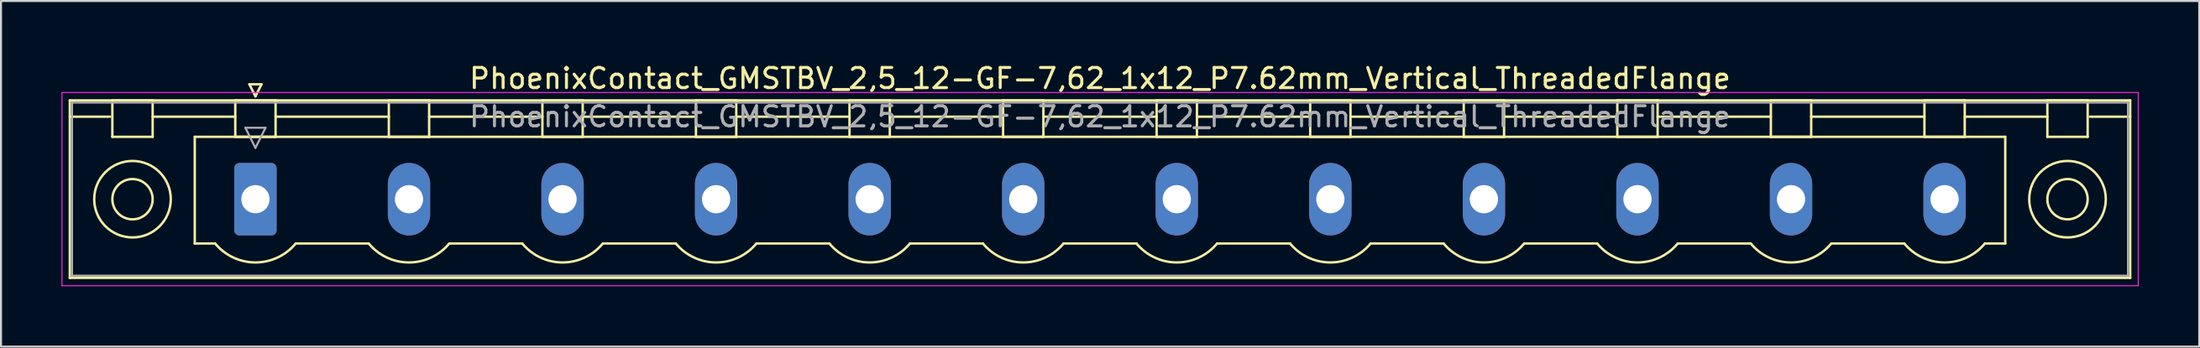
<source format=kicad_pcb>
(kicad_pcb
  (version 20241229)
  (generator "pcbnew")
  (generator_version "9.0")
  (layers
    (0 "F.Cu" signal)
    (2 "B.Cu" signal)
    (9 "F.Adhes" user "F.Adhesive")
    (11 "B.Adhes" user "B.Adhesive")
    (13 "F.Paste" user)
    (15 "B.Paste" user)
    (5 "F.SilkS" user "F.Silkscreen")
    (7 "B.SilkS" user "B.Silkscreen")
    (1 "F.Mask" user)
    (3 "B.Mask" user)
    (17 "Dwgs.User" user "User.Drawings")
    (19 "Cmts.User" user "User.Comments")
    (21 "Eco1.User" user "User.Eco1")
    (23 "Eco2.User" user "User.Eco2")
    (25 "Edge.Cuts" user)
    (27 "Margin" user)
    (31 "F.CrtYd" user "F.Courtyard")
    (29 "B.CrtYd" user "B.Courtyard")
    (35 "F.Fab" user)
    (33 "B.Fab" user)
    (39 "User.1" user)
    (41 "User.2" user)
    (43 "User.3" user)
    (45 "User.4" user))
  (footprint "PhoenixContact_GMSTBV_2,5_12-GF-7,62_1x12_P7.62mm_Vertical_ThreadedFlange"
    (layer "F.Cu")
    (at 9.625 6.848)
    (property "Reference" "PhoenixContact_GMSTBV_2,5_12-GF-7,62_1x12_P7.62mm_Vertical_ThreadedFlange" (at 41.91 -6 0) (layer "F.SilkS") (effects (font (size 1 1) (thickness 0.15))))
    (attr through_hole)
    (fp_line (start -9.21 -4.91) (end -9.21 3.91) (stroke (width 0.12) (type solid)) (layer "F.SilkS"))
    (fp_line (start -9.21 -4.1) (end -7.21 -4.1) (stroke (width 0.12) (type solid)) (layer "F.SilkS"))
    (fp_line (start -9.21 3.91) (end 93.03 3.91) (stroke (width 0.12) (type solid)) (layer "F.SilkS"))
    (fp_line (start -7.1 -4.91) (end -5.1 -4.91) (stroke (width 0.12) (type solid)) (layer "F.SilkS"))
    (fp_line (start -7.1 -3.1) (end -7.1 -4.91) (stroke (width 0.12) (type solid)) (layer "F.SilkS"))
    (fp_line (start -5.1 -4.91) (end -5.1 -3.1) (stroke (width 0.12) (type solid)) (layer "F.SilkS"))
    (fp_line (start -5.1 -4.1) (end -1 -4.1) (stroke (width 0.12) (type solid)) (layer "F.SilkS"))
    (fp_line (start -5.1 -3.1) (end -7.1 -3.1) (stroke (width 0.12) (type solid)) (layer "F.SilkS"))
    (fp_line (start -3.01 -3.1) (end 86.83 -3.1) (stroke (width 0.12) (type solid)) (layer "F.SilkS"))
    (fp_line (start -3.01 2.2) (end -3.01 -3.1) (stroke (width 0.12) (type solid)) (layer "F.SilkS"))
    (fp_line (start -2 2.2) (end -3.01 2.2) (stroke (width 0.12) (type solid)) (layer "F.SilkS"))
    (fp_line (start -1 -4.91) (end 1 -4.91) (stroke (width 0.12) (type solid)) (layer "F.SilkS"))
    (fp_line (start -1 -3.1) (end -1 -4.91) (stroke (width 0.12) (type solid)) (layer "F.SilkS"))
    (fp_line (start -0.3 -5.71) (end 0.3 -5.71) (stroke (width 0.12) (type solid)) (layer "F.SilkS"))
    (fp_line (start 0 -5.11) (end -0.3 -5.71) (stroke (width 0.12) (type solid)) (layer "F.SilkS"))
    (fp_line (start 0.3 -5.71) (end 0 -5.11) (stroke (width 0.12) (type solid)) (layer "F.SilkS"))
    (fp_line (start 1 -4.91) (end 1 -3.1) (stroke (width 0.12) (type solid)) (layer "F.SilkS"))
    (fp_line (start 1 -4.1) (end 6.62 -4.1) (stroke (width 0.12) (type solid)) (layer "F.SilkS"))
    (fp_line (start 1 -3.1) (end -1 -3.1) (stroke (width 0.12) (type solid)) (layer "F.SilkS"))
    (fp_line (start 2 2.2) (end 5.62 2.2) (stroke (width 0.12) (type solid)) (layer "F.SilkS"))
    (fp_line (start 6.62 -4.91) (end 8.62 -4.91) (stroke (width 0.12) (type solid)) (layer "F.SilkS"))
    (fp_line (start 6.62 -3.1) (end 6.62 -4.91) (stroke (width 0.12) (type solid)) (layer "F.SilkS"))
    (fp_line (start 8.62 -4.91) (end 8.62 -3.1) (stroke (width 0.12) (type solid)) (layer "F.SilkS"))
    (fp_line (start 8.62 -4.1) (end 14.24 -4.1) (stroke (width 0.12) (type solid)) (layer "F.SilkS"))
    (fp_line (start 8.62 -3.1) (end 6.62 -3.1) (stroke (width 0.12) (type solid)) (layer "F.SilkS"))
    (fp_line (start 9.62 2.2) (end 13.24 2.2) (stroke (width 0.12) (type solid)) (layer "F.SilkS"))
    (fp_line (start 14.24 -4.91) (end 16.24 -4.91) (stroke (width 0.12) (type solid)) (layer "F.SilkS"))
    (fp_line (start 14.24 -3.1) (end 14.24 -4.91) (stroke (width 0.12) (type solid)) (layer "F.SilkS"))
    (fp_line (start 16.24 -4.91) (end 16.24 -3.1) (stroke (width 0.12) (type solid)) (layer "F.SilkS"))
    (fp_line (start 16.24 -4.1) (end 21.86 -4.1) (stroke (width 0.12) (type solid)) (layer "F.SilkS"))
    (fp_line (start 16.24 -3.1) (end 14.24 -3.1) (stroke (width 0.12) (type solid)) (layer "F.SilkS"))
    (fp_line (start 17.24 2.2) (end 20.86 2.2) (stroke (width 0.12) (type solid)) (layer "F.SilkS"))
    (fp_line (start 21.86 -4.91) (end 23.86 -4.91) (stroke (width 0.12) (type solid)) (layer "F.SilkS"))
    (fp_line (start 21.86 -3.1) (end 21.86 -4.91) (stroke (width 0.12) (type solid)) (layer "F.SilkS"))
    (fp_line (start 23.86 -4.91) (end 23.86 -3.1) (stroke (width 0.12) (type solid)) (layer "F.SilkS"))
    (fp_line (start 23.86 -4.1) (end 29.48 -4.1) (stroke (width 0.12) (type solid)) (layer "F.SilkS"))
    (fp_line (start 23.86 -3.1) (end 21.86 -3.1) (stroke (width 0.12) (type solid)) (layer "F.SilkS"))
    (fp_line (start 24.86 2.2) (end 28.48 2.2) (stroke (width 0.12) (type solid)) (layer "F.SilkS"))
    (fp_line (start 29.48 -4.91) (end 31.48 -4.91) (stroke (width 0.12) (type solid)) (layer "F.SilkS"))
    (fp_line (start 29.48 -3.1) (end 29.48 -4.91) (stroke (width 0.12) (type solid)) (layer "F.SilkS"))
    (fp_line (start 31.48 -4.91) (end 31.48 -3.1) (stroke (width 0.12) (type solid)) (layer "F.SilkS"))
    (fp_line (start 31.48 -4.1) (end 37.1 -4.1) (stroke (width 0.12) (type solid)) (layer "F.SilkS"))
    (fp_line (start 31.48 -3.1) (end 29.48 -3.1) (stroke (width 0.12) (type solid)) (layer "F.SilkS"))
    (fp_line (start 32.48 2.2) (end 36.1 2.2) (stroke (width 0.12) (type solid)) (layer "F.SilkS"))
    (fp_line (start 37.1 -4.91) (end 39.1 -4.91) (stroke (width 0.12) (type solid)) (layer "F.SilkS"))
    (fp_line (start 37.1 -3.1) (end 37.1 -4.91) (stroke (width 0.12) (type solid)) (layer "F.SilkS"))
    (fp_line (start 39.1 -4.91) (end 39.1 -3.1) (stroke (width 0.12) (type solid)) (layer "F.SilkS"))
    (fp_line (start 39.1 -4.1) (end 44.72 -4.1) (stroke (width 0.12) (type solid)) (layer "F.SilkS"))
    (fp_line (start 39.1 -3.1) (end 37.1 -3.1) (stroke (width 0.12) (type solid)) (layer "F.SilkS"))
    (fp_line (start 40.1 2.2) (end 43.72 2.2) (stroke (width 0.12) (type solid)) (layer "F.SilkS"))
    (fp_line (start 44.72 -4.91) (end 46.72 -4.91) (stroke (width 0.12) (type solid)) (layer "F.SilkS"))
    (fp_line (start 44.72 -3.1) (end 44.72 -4.91) (stroke (width 0.12) (type solid)) (layer "F.SilkS"))
    (fp_line (start 46.72 -4.91) (end 46.72 -3.1) (stroke (width 0.12) (type solid)) (layer "F.SilkS"))
    (fp_line (start 46.72 -4.1) (end 52.34 -4.1) (stroke (width 0.12) (type solid)) (layer "F.SilkS"))
    (fp_line (start 46.72 -3.1) (end 44.72 -3.1) (stroke (width 0.12) (type solid)) (layer "F.SilkS"))
    (fp_line (start 47.72 2.2) (end 51.34 2.2) (stroke (width 0.12) (type solid)) (layer "F.SilkS"))
    (fp_line (start 52.34 -4.91) (end 54.34 -4.91) (stroke (width 0.12) (type solid)) (layer "F.SilkS"))
    (fp_line (start 52.34 -3.1) (end 52.34 -4.91) (stroke (width 0.12) (type solid)) (layer "F.SilkS"))
    (fp_line (start 54.34 -4.91) (end 54.34 -3.1) (stroke (width 0.12) (type solid)) (layer "F.SilkS"))
    (fp_line (start 54.34 -4.1) (end 59.96 -4.1) (stroke (width 0.12) (type solid)) (layer "F.SilkS"))
    (fp_line (start 54.34 -3.1) (end 52.34 -3.1) (stroke (width 0.12) (type solid)) (layer "F.SilkS"))
    (fp_line (start 55.34 2.2) (end 58.96 2.2) (stroke (width 0.12) (type solid)) (layer "F.SilkS"))
    (fp_line (start 59.96 -4.91) (end 61.96 -4.91) (stroke (width 0.12) (type solid)) (layer "F.SilkS"))
    (fp_line (start 59.96 -3.1) (end 59.96 -4.91) (stroke (width 0.12) (type solid)) (layer "F.SilkS"))
    (fp_line (start 61.96 -4.91) (end 61.96 -3.1) (stroke (width 0.12) (type solid)) (layer "F.SilkS"))
    (fp_line (start 61.96 -4.1) (end 67.58 -4.1) (stroke (width 0.12) (type solid)) (layer "F.SilkS"))
    (fp_line (start 61.96 -3.1) (end 59.96 -3.1) (stroke (width 0.12) (type solid)) (layer "F.SilkS"))
    (fp_line (start 62.96 2.2) (end 66.58 2.2) (stroke (width 0.12) (type solid)) (layer "F.SilkS"))
    (fp_line (start 67.58 -4.91) (end 69.58 -4.91) (stroke (width 0.12) (type solid)) (layer "F.SilkS"))
    (fp_line (start 67.58 -3.1) (end 67.58 -4.91) (stroke (width 0.12) (type solid)) (layer "F.SilkS"))
    (fp_line (start 69.58 -4.91) (end 69.58 -3.1) (stroke (width 0.12) (type solid)) (layer "F.SilkS"))
    (fp_line (start 69.58 -4.1) (end 75.2 -4.1) (stroke (width 0.12) (type solid)) (layer "F.SilkS"))
    (fp_line (start 69.58 -3.1) (end 67.58 -3.1) (stroke (width 0.12) (type solid)) (layer "F.SilkS"))
    (fp_line (start 70.58 2.2) (end 74.2 2.2) (stroke (width 0.12) (type solid)) (layer "F.SilkS"))
    (fp_line (start 75.2 -4.91) (end 77.2 -4.91) (stroke (width 0.12) (type solid)) (layer "F.SilkS"))
    (fp_line (start 75.2 -3.1) (end 75.2 -4.91) (stroke (width 0.12) (type solid)) (layer "F.SilkS"))
    (fp_line (start 77.2 -4.91) (end 77.2 -3.1) (stroke (width 0.12) (type solid)) (layer "F.SilkS"))
    (fp_line (start 77.2 -4.1) (end 82.82 -4.1) (stroke (width 0.12) (type solid)) (layer "F.SilkS"))
    (fp_line (start 77.2 -3.1) (end 75.2 -3.1) (stroke (width 0.12) (type solid)) (layer "F.SilkS"))
    (fp_line (start 78.2 2.2) (end 81.82 2.2) (stroke (width 0.12) (type solid)) (layer "F.SilkS"))
    (fp_line (start 82.82 -4.91) (end 84.82 -4.91) (stroke (width 0.12) (type solid)) (layer "F.SilkS"))
    (fp_line (start 82.82 -3.1) (end 82.82 -4.91) (stroke (width 0.12) (type solid)) (layer "F.SilkS"))
    (fp_line (start 84.82 -4.91) (end 84.82 -3.1) (stroke (width 0.12) (type solid)) (layer "F.SilkS"))
    (fp_line (start 84.82 -4.1) (end 88.92 -4.1) (stroke (width 0.12) (type solid)) (layer "F.SilkS"))
    (fp_line (start 84.82 -3.1) (end 82.82 -3.1) (stroke (width 0.12) (type solid)) (layer "F.SilkS"))
    (fp_line (start 86.83 -3.1) (end 86.83 2.2) (stroke (width 0.12) (type solid)) (layer "F.SilkS"))
    (fp_line (start 86.83 2.2) (end 85.82 2.2) (stroke (width 0.12) (type solid)) (layer "F.SilkS"))
    (fp_line (start 88.92 -4.91) (end 90.92 -4.91) (stroke (width 0.12) (type solid)) (layer "F.SilkS"))
    (fp_line (start 88.92 -3.1) (end 88.92 -4.91) (stroke (width 0.12) (type solid)) (layer "F.SilkS"))
    (fp_line (start 90.92 -4.91) (end 90.92 -3.1) (stroke (width 0.12) (type solid)) (layer "F.SilkS"))
    (fp_line (start 90.92 -3.1) (end 88.92 -3.1) (stroke (width 0.12) (type solid)) (layer "F.SilkS"))
    (fp_line (start 93.03 -4.91) (end -9.21 -4.91) (stroke (width 0.12) (type solid)) (layer "F.SilkS"))
    (fp_line (start 93.03 -4.1) (end 91.03 -4.1) (stroke (width 0.12) (type solid)) (layer "F.SilkS"))
    (fp_line (start 93.03 3.91) (end 93.03 -4.91) (stroke (width 0.12) (type solid)) (layer "F.SilkS"))
    (fp_arc (start 1.986842 2.215821) (mid -0.010289 3.142758) (end -2 2.2) (stroke (width 0.12) (type solid)) (layer "F.SilkS"))
    (fp_arc (start 9.606842 2.215821) (mid 7.609711 3.142758) (end 5.62 2.2) (stroke (width 0.12) (type solid)) (layer "F.SilkS"))
    (fp_arc (start 17.226842 2.215821) (mid 15.229711 3.142758) (end 13.24 2.2) (stroke (width 0.12) (type solid)) (layer "F.SilkS"))
    (fp_arc (start 24.846842 2.215821) (mid 22.849711 3.142758) (end 20.86 2.2) (stroke (width 0.12) (type solid)) (layer "F.SilkS"))
    (fp_arc (start 32.466842 2.215821) (mid 30.469711 3.142758) (end 28.48 2.2) (stroke (width 0.12) (type solid)) (layer "F.SilkS"))
    (fp_arc (start 40.086842 2.215821) (mid 38.089711 3.142758) (end 36.1 2.2) (stroke (width 0.12) (type solid)) (layer "F.SilkS"))
    (fp_arc (start 47.706842 2.215821) (mid 45.709711 3.142758) (end 43.72 2.2) (stroke (width 0.12) (type solid)) (layer "F.SilkS"))
    (fp_arc (start 55.326842 2.215821) (mid 53.329711 3.142758) (end 51.34 2.2) (stroke (width 0.12) (type solid)) (layer "F.SilkS"))
    (fp_arc (start 62.946842 2.215821) (mid 60.949711 3.142758) (end 58.96 2.2) (stroke (width 0.12) (type solid)) (layer "F.SilkS"))
    (fp_arc (start 70.566842 2.215821) (mid 68.569711 3.142758) (end 66.58 2.2) (stroke (width 0.12) (type solid)) (layer "F.SilkS"))
    (fp_arc (start 78.186842 2.215821) (mid 76.189711 3.142758) (end 74.2 2.2) (stroke (width 0.12) (type solid)) (layer "F.SilkS"))
    (fp_arc (start 85.806842 2.215821) (mid 83.809711 3.142758) (end 81.82 2.2) (stroke (width 0.12) (type solid)) (layer "F.SilkS"))
    (fp_circle (center -6.1 0) (end -5.1 0) (stroke (width 0.12) (type solid)) (fill no) (layer "F.SilkS"))
    (fp_circle (center -6.1 0) (end -4.2 0) (stroke (width 0.12) (type solid)) (fill no) (layer "F.SilkS"))
    (fp_circle (center 89.92 0) (end 90.92 0) (stroke (width 0.12) (type solid)) (fill no) (layer "F.SilkS"))
    (fp_circle (center 89.92 0) (end 91.82 0) (stroke (width 0.12) (type solid)) (fill no) (layer "F.SilkS"))
    (fp_line (start -9.6 -5.3) (end -9.6 4.3) (stroke (width 0.05) (type solid)) (layer "F.CrtYd"))
    (fp_line (start -9.6 4.3) (end 93.43 4.3) (stroke (width 0.05) (type solid)) (layer "F.CrtYd"))
    (fp_line (start 93.43 -5.3) (end -9.6 -5.3) (stroke (width 0.05) (type solid)) (layer "F.CrtYd"))
    (fp_line (start 93.43 4.3) (end 93.43 -5.3) (stroke (width 0.05) (type solid)) (layer "F.CrtYd"))
    (fp_line (start -9.1 -4.8) (end -9.1 3.8) (stroke (width 0.1) (type solid)) (layer "F.Fab"))
    (fp_line (start -9.1 3.8) (end 92.92 3.8) (stroke (width 0.1) (type solid)) (layer "F.Fab"))
    (fp_line (start -0.5 -3.55) (end 0.5 -3.55) (stroke (width 0.1) (type solid)) (layer "F.Fab"))
    (fp_line (start 0 -2.55) (end -0.5 -3.55) (stroke (width 0.1) (type solid)) (layer "F.Fab"))
    (fp_line (start 0.5 -3.55) (end 0 -2.55) (stroke (width 0.1) (type solid)) (layer "F.Fab"))
    (fp_line (start 92.92 -4.8) (end -9.1 -4.8) (stroke (width 0.1) (type solid)) (layer "F.Fab"))
    (fp_line (start 92.92 3.8) (end 92.92 -4.8) (stroke (width 0.1) (type solid)) (layer "F.Fab"))
    (fp_text user "${REFERENCE}" (at 41.91 -4.1 0) (layer "F.Fab") (effects (font (size 1 1) (thickness 0.15))))
    (pad "1" thru_hole roundrect (at 0 0) (size 2.1 3.6) (drill 1.4) (layers "*.Cu" "*.Mask") (roundrect_rratio 0.119))
    (pad "2" thru_hole oval (at 7.62 0) (size 2.1 3.6) (drill 1.4) (layers "*.Cu" "*.Mask"))
    (pad "3" thru_hole oval (at 15.24 0) (size 2.1 3.6) (drill 1.4) (layers "*.Cu" "*.Mask"))
    (pad "4" thru_hole oval (at 22.86 0) (size 2.1 3.6) (drill 1.4) (layers "*.Cu" "*.Mask"))
    (pad "5" thru_hole oval (at 30.48 0) (size 2.1 3.6) (drill 1.4) (layers "*.Cu" "*.Mask"))
    (pad "6" thru_hole oval (at 38.1 0) (size 2.1 3.6) (drill 1.4) (layers "*.Cu" "*.Mask"))
    (pad "7" thru_hole oval (at 45.72 0) (size 2.1 3.6) (drill 1.4) (layers "*.Cu" "*.Mask"))
    (pad "8" thru_hole oval (at 53.34 0) (size 2.1 3.6) (drill 1.4) (layers "*.Cu" "*.Mask"))
    (pad "9" thru_hole oval (at 60.96 0) (size 2.1 3.6) (drill 1.4) (layers "*.Cu" "*.Mask"))
    (pad "10" thru_hole oval (at 68.58 0) (size 2.1 3.6) (drill 1.4) (layers "*.Cu" "*.Mask"))
    (pad "11" thru_hole oval (at 76.2 0) (size 2.1 3.6) (drill 1.4) (layers "*.Cu" "*.Mask"))
    (pad "12" thru_hole oval (at 83.82 0) (size 2.1 3.6) (drill 1.4) (layers "*.Cu" "*.Mask")))
  (gr_rect
    (start -3 -3)
    (end 106.08 14.173)
    (stroke (width 0.1) (type default))
    (fill no)
    (layer "Edge.Cuts")))
</source>
